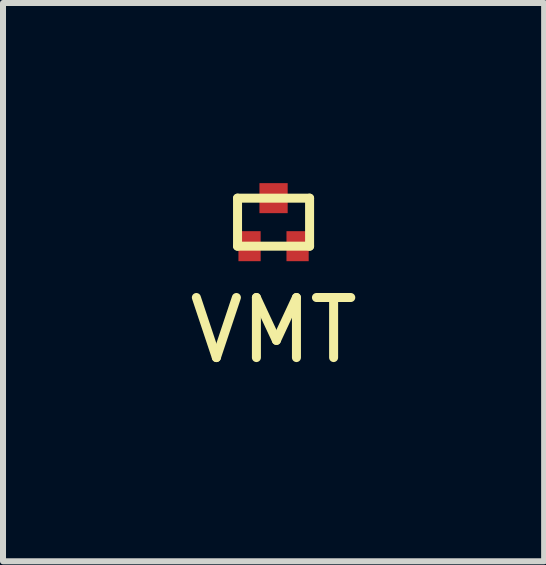
<source format=kicad_pcb>
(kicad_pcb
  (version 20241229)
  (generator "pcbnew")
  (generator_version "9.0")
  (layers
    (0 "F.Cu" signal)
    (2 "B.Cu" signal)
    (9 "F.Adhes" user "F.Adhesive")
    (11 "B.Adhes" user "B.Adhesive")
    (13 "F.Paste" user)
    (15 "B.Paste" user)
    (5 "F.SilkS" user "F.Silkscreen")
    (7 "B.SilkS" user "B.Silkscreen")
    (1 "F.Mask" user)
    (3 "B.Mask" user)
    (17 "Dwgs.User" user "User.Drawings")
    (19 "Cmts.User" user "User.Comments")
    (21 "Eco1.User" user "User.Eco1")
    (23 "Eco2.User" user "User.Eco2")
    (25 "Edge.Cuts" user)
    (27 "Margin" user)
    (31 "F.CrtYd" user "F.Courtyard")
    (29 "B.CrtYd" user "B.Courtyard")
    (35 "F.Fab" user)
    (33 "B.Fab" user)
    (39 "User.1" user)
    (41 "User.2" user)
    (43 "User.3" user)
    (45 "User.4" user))
  (footprint "VMT"
    (layer "F.Cu")
    (at 1.506 1.05)
    (property "Reference" "VMT" (at 0 1.4 0) (layer "F.SilkS") (effects (font (size 1 1) (thickness 0.15))))
    (attr through_hole)
    (fp_line (start -0.6 -0.8) (end -0.6 0) (stroke (width 0.15) (type solid)) (layer "F.SilkS"))
    (fp_line (start -0.6 -0.8) (end 0.6 -0.8) (stroke (width 0.15) (type solid)) (layer "F.SilkS"))
    (fp_line (start -0.6 0) (end 0.6 0) (stroke (width 0.15) (type solid)) (layer "F.SilkS"))
    (fp_line (start 0.6 -0.8) (end 0.6 0) (stroke (width 0.15) (type solid)) (layer "F.SilkS"))
    (pad "1" smd rect (at -0.4 0) (size 0.37 0.5) (layers "F.Cu" "F.Mask" "F.Paste"))
    (pad "2" smd rect (at 0.4 0) (size 0.37 0.5) (layers "F.Cu" "F.Mask" "F.Paste"))
    (pad "3" smd rect (at 0 -0.8) (size 0.47 0.5) (layers "F.Cu" "F.Mask" "F.Paste")))
  (gr_rect
    (start -3 -3)
    (end 6.012 6.298)
    (stroke (width 0.1) (type default))
    (fill no)
    (layer "Edge.Cuts")))
</source>
